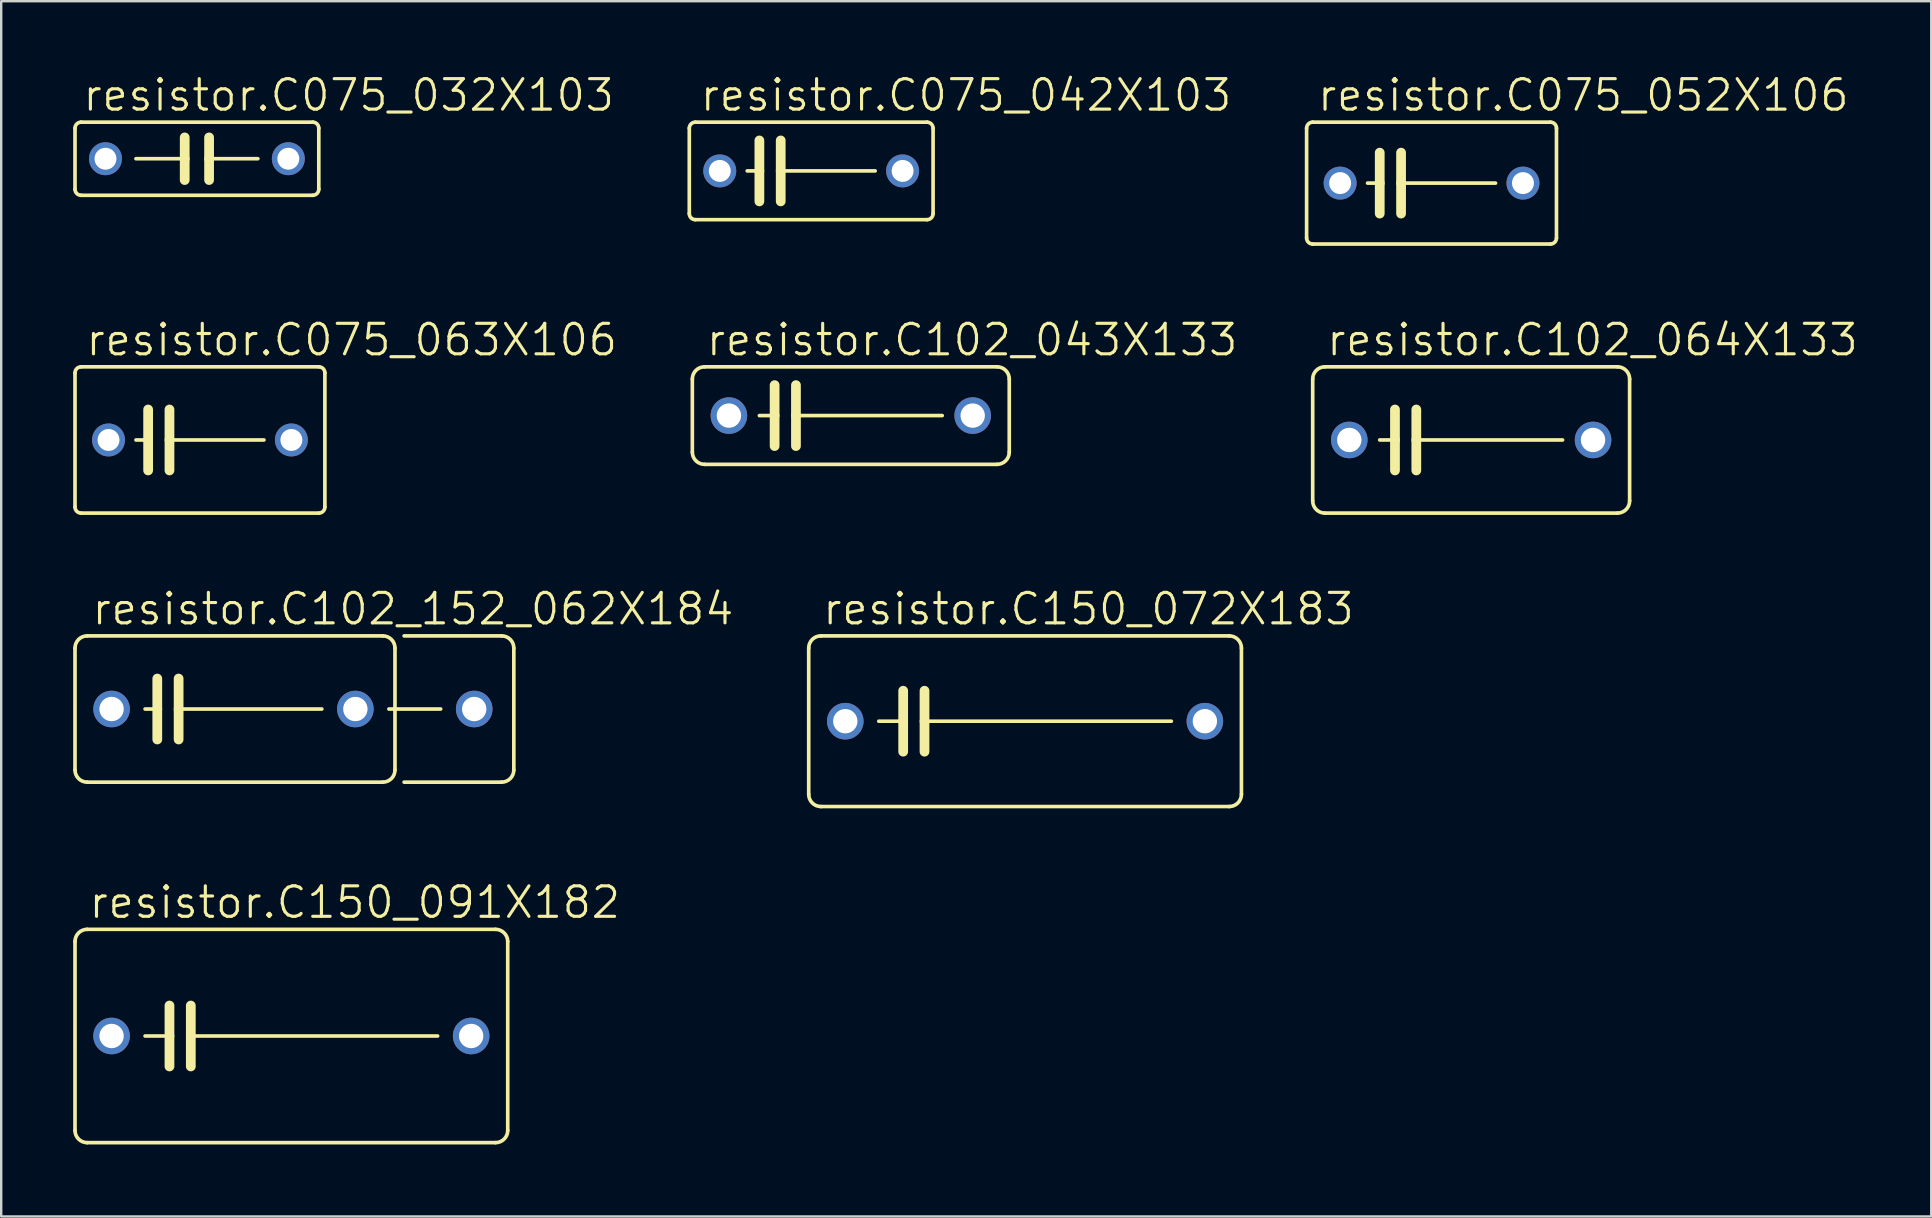
<source format=kicad_pcb>
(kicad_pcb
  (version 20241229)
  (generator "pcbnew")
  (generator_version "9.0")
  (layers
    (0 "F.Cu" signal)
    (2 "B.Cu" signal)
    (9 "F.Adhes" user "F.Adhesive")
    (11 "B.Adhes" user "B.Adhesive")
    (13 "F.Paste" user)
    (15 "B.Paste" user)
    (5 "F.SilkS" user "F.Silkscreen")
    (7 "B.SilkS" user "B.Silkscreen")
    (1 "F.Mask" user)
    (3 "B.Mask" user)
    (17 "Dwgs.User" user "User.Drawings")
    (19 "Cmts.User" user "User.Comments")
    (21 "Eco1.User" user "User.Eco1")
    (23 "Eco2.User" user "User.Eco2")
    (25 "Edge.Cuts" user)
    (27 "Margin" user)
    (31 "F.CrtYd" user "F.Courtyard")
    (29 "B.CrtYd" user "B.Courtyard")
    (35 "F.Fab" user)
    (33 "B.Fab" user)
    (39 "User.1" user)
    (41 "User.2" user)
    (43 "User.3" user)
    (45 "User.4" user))
  (footprint "resistor.C150_072X183"
    (layer "F.Cu")
    (at 39.671 27.007)
    (property "Reference" "resistor.C150_072X183" (at -8.509 -3.937 0) (layer "F.SilkS") (effects (font (size 1.27 1.27) (thickness 0.13)) (justify left bottom)))
    (attr through_hole)
    (fp_line (start -9.017 3.048) (end -9.017 -3.048) (stroke (width 0.152) (type default)) (layer "F.SilkS"))
    (fp_line (start -8.509 -3.556) (end 8.509 -3.556) (stroke (width 0.152) (type default)) (layer "F.SilkS"))
    (fp_line (start -5.08 -1.27) (end -5.08 0) (stroke (width 0.406) (type default)) (layer "F.SilkS"))
    (fp_line (start -5.08 0) (end -6.096 0) (stroke (width 0.152) (type default)) (layer "F.SilkS"))
    (fp_line (start -5.08 0) (end -5.08 1.27) (stroke (width 0.406) (type default)) (layer "F.SilkS"))
    (fp_line (start -4.191 -1.27) (end -4.191 0) (stroke (width 0.406) (type default)) (layer "F.SilkS"))
    (fp_line (start -4.191 0) (end -4.191 1.27) (stroke (width 0.406) (type default)) (layer "F.SilkS"))
    (fp_line (start -4.191 0) (end 6.096 0) (stroke (width 0.152) (type default)) (layer "F.SilkS"))
    (fp_line (start 8.509 3.556) (end -8.509 3.556) (stroke (width 0.152) (type default)) (layer "F.SilkS"))
    (fp_line (start 9.017 -3.048) (end 9.017 3.048) (stroke (width 0.152) (type default)) (layer "F.SilkS"))
    (fp_arc (start -9.017 -3.048) (mid -8.86821 -3.40721) (end -8.509 -3.556) (stroke (width 0.1524) (type default)) (layer "F.SilkS"))
    (fp_arc (start -8.509 3.556) (mid -8.86821 3.40721) (end -9.017 3.048) (stroke (width 0.1524) (type default)) (layer "F.SilkS"))
    (fp_arc (start 8.509 -3.556) (mid 8.86821 -3.40721) (end 9.017 -3.048) (stroke (width 0.1524) (type default)) (layer "F.SilkS"))
    (fp_arc (start 9.017 3.048) (mid 8.86821 3.40721) (end 8.509 3.556) (stroke (width 0.1524) (type default)) (layer "F.SilkS"))
    (pad "1" thru_hole circle (at -7.493 0) (size 1.524 1.524) (drill 1.016) (layers "*.Cu" "*.Mask"))
    (pad "2" thru_hole circle (at 7.493 0) (size 1.524 1.524) (drill 1.016) (layers "*.Cu" "*.Mask")))
  (footprint "resistor.C102_152_062X184"
    (layer "F.Cu")
    (at 6.68 26.499)
    (property "Reference" "resistor.C102_152_062X184" (at -5.969 -3.429 0) (layer "F.SilkS") (effects (font (size 1.27 1.27) (thickness 0.13)) (justify left bottom)))
    (attr through_hole)
    (fp_line (start -6.604 2.54) (end -6.604 -2.54) (stroke (width 0.152) (type default)) (layer "F.SilkS"))
    (fp_line (start -6.096 -3.048) (end 6.223 -3.048) (stroke (width 0.152) (type default)) (layer "F.SilkS"))
    (fp_line (start -3.683 0) (end -3.175 0) (stroke (width 0.152) (type default)) (layer "F.SilkS"))
    (fp_line (start -3.175 -1.27) (end -3.175 0) (stroke (width 0.406) (type default)) (layer "F.SilkS"))
    (fp_line (start -3.175 0) (end -3.175 1.27) (stroke (width 0.406) (type default)) (layer "F.SilkS"))
    (fp_line (start -2.286 -1.27) (end -2.286 0) (stroke (width 0.406) (type default)) (layer "F.SilkS"))
    (fp_line (start -2.286 0) (end -2.286 1.27) (stroke (width 0.406) (type default)) (layer "F.SilkS"))
    (fp_line (start -2.286 0) (end 3.683 0) (stroke (width 0.152) (type default)) (layer "F.SilkS"))
    (fp_line (start 6.223 3.048) (end -6.096 3.048) (stroke (width 0.152) (type default)) (layer "F.SilkS"))
    (fp_line (start 6.477 0) (end 8.636 0) (stroke (width 0.152) (type default)) (layer "F.SilkS"))
    (fp_line (start 6.731 -2.54) (end 6.731 2.54) (stroke (width 0.152) (type default)) (layer "F.SilkS"))
    (fp_line (start 7.112 -3.048) (end 11.176 -3.048) (stroke (width 0.152) (type default)) (layer "F.SilkS"))
    (fp_line (start 11.176 3.048) (end 7.112 3.048) (stroke (width 0.152) (type default)) (layer "F.SilkS"))
    (fp_line (start 11.684 -2.54) (end 11.684 2.54) (stroke (width 0.152) (type default)) (layer "F.SilkS"))
    (fp_arc (start -6.604 -2.54) (mid -6.45521 -2.89921) (end -6.096 -3.048) (stroke (width 0.1524) (type default)) (layer "F.SilkS"))
    (fp_arc (start -6.096 3.048) (mid -6.45521 2.89921) (end -6.604 2.54) (stroke (width 0.1524) (type default)) (layer "F.SilkS"))
    (fp_arc (start 6.223 -3.048) (mid 6.58221 -2.89921) (end 6.731 -2.54) (stroke (width 0.1524) (type default)) (layer "F.SilkS"))
    (fp_arc (start 6.731 2.54) (mid 6.58221 2.89921) (end 6.223 3.048) (stroke (width 0.1524) (type default)) (layer "F.SilkS"))
    (fp_arc (start 11.176 -3.048) (mid 11.53521 -2.89921) (end 11.684 -2.54) (stroke (width 0.1524) (type default)) (layer "F.SilkS"))
    (fp_arc (start 11.684 2.54) (mid 11.53521 2.89921) (end 11.176 3.048) (stroke (width 0.1524) (type default)) (layer "F.SilkS"))
    (pad "1" thru_hole circle (at -5.08 0) (size 1.524 1.524) (drill 1.016) (layers "*.Cu" "*.Mask"))
    (pad "2" thru_hole circle (at 5.08 0) (size 1.524 1.524) (drill 1.016) (layers "*.Cu" "*.Mask"))
    (pad "3" thru_hole circle (at 10.033 0) (size 1.524 1.524) (drill 1.016) (layers "*.Cu" "*.Mask")))
  (footprint "resistor.C102_043X133"
    (layer "F.Cu")
    (at 32.408 14.27)
    (property "Reference" "resistor.C102_043X133" (at -6.096 -2.413 0) (layer "F.SilkS") (effects (font (size 1.27 1.27) (thickness 0.13)) (justify left bottom)))
    (attr through_hole)
    (fp_line (start -6.604 1.524) (end -6.604 -1.524) (stroke (width 0.152) (type default)) (layer "F.SilkS"))
    (fp_line (start -6.096 -2.032) (end 6.096 -2.032) (stroke (width 0.152) (type default)) (layer "F.SilkS"))
    (fp_line (start -3.81 0) (end -3.175 0) (stroke (width 0.152) (type default)) (layer "F.SilkS"))
    (fp_line (start -3.175 -1.27) (end -3.175 0) (stroke (width 0.406) (type default)) (layer "F.SilkS"))
    (fp_line (start -3.175 0) (end -3.175 1.27) (stroke (width 0.406) (type default)) (layer "F.SilkS"))
    (fp_line (start -2.286 -1.27) (end -2.286 0) (stroke (width 0.406) (type default)) (layer "F.SilkS"))
    (fp_line (start -2.286 0) (end -2.286 1.27) (stroke (width 0.406) (type default)) (layer "F.SilkS"))
    (fp_line (start 3.81 0) (end -2.286 0) (stroke (width 0.152) (type default)) (layer "F.SilkS"))
    (fp_line (start 6.096 2.032) (end -6.096 2.032) (stroke (width 0.152) (type default)) (layer "F.SilkS"))
    (fp_line (start 6.604 -1.524) (end 6.604 1.524) (stroke (width 0.152) (type default)) (layer "F.SilkS"))
    (fp_arc (start -6.604 -1.524) (mid -6.45521 -1.88321) (end -6.096 -2.032) (stroke (width 0.1524) (type default)) (layer "F.SilkS"))
    (fp_arc (start -6.096 2.032) (mid -6.45521 1.88321) (end -6.604 1.524) (stroke (width 0.1524) (type default)) (layer "F.SilkS"))
    (fp_arc (start 6.096 -2.032) (mid 6.45521 -1.88321) (end 6.604 -1.524) (stroke (width 0.1524) (type default)) (layer "F.SilkS"))
    (fp_arc (start 6.604 1.524) (mid 6.45521 1.88321) (end 6.096 2.032) (stroke (width 0.1524) (type default)) (layer "F.SilkS"))
    (pad "1" thru_hole circle (at -5.08 0) (size 1.524 1.524) (drill 1.016) (layers "*.Cu" "*.Mask"))
    (pad "2" thru_hole circle (at 5.08 0) (size 1.524 1.524) (drill 1.016) (layers "*.Cu" "*.Mask")))
  (footprint "resistor.C075_052X106"
    (layer "F.Cu")
    (at 56.611 4.581)
    (property "Reference" "resistor.C075_052X106" (at -4.826 -2.921 0) (layer "F.SilkS") (effects (font (size 1.27 1.27) (thickness 0.13)) (justify left bottom)))
    (attr through_hole)
    (fp_line (start -5.207 -2.286) (end -5.207 2.286) (stroke (width 0.152) (type default)) (layer "F.SilkS"))
    (fp_line (start -4.953 2.54) (end 4.953 2.54) (stroke (width 0.152) (type default)) (layer "F.SilkS"))
    (fp_line (start -2.667 0) (end -2.159 0) (stroke (width 0.152) (type default)) (layer "F.SilkS"))
    (fp_line (start -2.159 -1.27) (end -2.159 0) (stroke (width 0.406) (type default)) (layer "F.SilkS"))
    (fp_line (start -2.159 0) (end -2.159 1.27) (stroke (width 0.406) (type default)) (layer "F.SilkS"))
    (fp_line (start -1.27 -1.27) (end -1.27 0) (stroke (width 0.406) (type default)) (layer "F.SilkS"))
    (fp_line (start -1.27 0) (end -1.27 1.27) (stroke (width 0.406) (type default)) (layer "F.SilkS"))
    (fp_line (start -1.27 0) (end 2.667 0) (stroke (width 0.152) (type default)) (layer "F.SilkS"))
    (fp_line (start 4.953 -2.54) (end -4.953 -2.54) (stroke (width 0.152) (type default)) (layer "F.SilkS"))
    (fp_line (start 5.207 2.286) (end 5.207 -2.286) (stroke (width 0.152) (type default)) (layer "F.SilkS"))
    (fp_arc (start -5.207 -2.286) (mid -5.132605 -2.465605) (end -4.953 -2.54) (stroke (width 0.1524) (type default)) (layer "F.SilkS"))
    (fp_arc (start -4.953 2.54) (mid -5.132605 2.465605) (end -5.207 2.286) (stroke (width 0.1524) (type default)) (layer "F.SilkS"))
    (fp_arc (start 4.953 -2.54) (mid 5.132605 -2.465605) (end 5.207 -2.286) (stroke (width 0.1524) (type default)) (layer "F.SilkS"))
    (fp_arc (start 5.207 2.286) (mid 5.132605 2.465605) (end 4.953 2.54) (stroke (width 0.1524) (type default)) (layer "F.SilkS"))
    (pad "1" thru_hole circle (at -3.81 0) (size 1.372 1.372) (drill 0.914) (layers "*.Cu" "*.Mask"))
    (pad "2" thru_hole circle (at 3.81 0) (size 1.372 1.372) (drill 0.914) (layers "*.Cu" "*.Mask")))
  (footprint "resistor.C075_063X106"
    (layer "F.Cu")
    (at 5.283 15.286)
    (property "Reference" "resistor.C075_063X106" (at -4.826 -3.429 0) (layer "F.SilkS") (effects (font (size 1.27 1.27) (thickness 0.13)) (justify left bottom)))
    (attr through_hole)
    (fp_line (start -5.207 -2.794) (end -5.207 2.794) (stroke (width 0.152) (type default)) (layer "F.SilkS"))
    (fp_line (start -4.953 3.048) (end 4.953 3.048) (stroke (width 0.152) (type default)) (layer "F.SilkS"))
    (fp_line (start -2.667 0) (end -2.159 0) (stroke (width 0.152) (type default)) (layer "F.SilkS"))
    (fp_line (start -2.159 -1.27) (end -2.159 0) (stroke (width 0.406) (type default)) (layer "F.SilkS"))
    (fp_line (start -2.159 0) (end -2.159 1.27) (stroke (width 0.406) (type default)) (layer "F.SilkS"))
    (fp_line (start -1.27 -1.27) (end -1.27 0) (stroke (width 0.406) (type default)) (layer "F.SilkS"))
    (fp_line (start -1.27 0) (end -1.27 1.27) (stroke (width 0.406) (type default)) (layer "F.SilkS"))
    (fp_line (start -1.27 0) (end 2.667 0) (stroke (width 0.152) (type default)) (layer "F.SilkS"))
    (fp_line (start 4.953 -3.048) (end -4.953 -3.048) (stroke (width 0.152) (type default)) (layer "F.SilkS"))
    (fp_line (start 5.207 2.794) (end 5.207 -2.794) (stroke (width 0.152) (type default)) (layer "F.SilkS"))
    (fp_arc (start -5.207 -2.794) (mid -5.132605 -2.973605) (end -4.953 -3.048) (stroke (width 0.1524) (type default)) (layer "F.SilkS"))
    (fp_arc (start -4.953 3.048) (mid -5.132605 2.973605) (end -5.207 2.794) (stroke (width 0.1524) (type default)) (layer "F.SilkS"))
    (fp_arc (start 4.953 -3.048) (mid 5.132605 -2.973605) (end 5.207 -2.794) (stroke (width 0.1524) (type default)) (layer "F.SilkS"))
    (fp_arc (start 5.207 2.794) (mid 5.132605 2.973605) (end 4.953 3.048) (stroke (width 0.1524) (type default)) (layer "F.SilkS"))
    (pad "1" thru_hole circle (at -3.81 0) (size 1.372 1.372) (drill 0.914) (layers "*.Cu" "*.Mask"))
    (pad "2" thru_hole circle (at 3.81 0) (size 1.372 1.372) (drill 0.914) (layers "*.Cu" "*.Mask")))
  (footprint "resistor.C075_042X103"
    (layer "F.Cu")
    (at 30.757 4.073)
    (property "Reference" "resistor.C075_042X103" (at -4.699 -2.413 0) (layer "F.SilkS") (effects (font (size 1.27 1.27) (thickness 0.13)) (justify left bottom)))
    (attr through_hole)
    (fp_line (start -5.08 -1.778) (end -5.08 1.778) (stroke (width 0.152) (type default)) (layer "F.SilkS"))
    (fp_line (start -4.826 2.032) (end 4.826 2.032) (stroke (width 0.152) (type default)) (layer "F.SilkS"))
    (fp_line (start -2.667 0) (end -2.159 0) (stroke (width 0.152) (type default)) (layer "F.SilkS"))
    (fp_line (start -2.159 -1.27) (end -2.159 0) (stroke (width 0.406) (type default)) (layer "F.SilkS"))
    (fp_line (start -2.159 0) (end -2.159 1.27) (stroke (width 0.406) (type default)) (layer "F.SilkS"))
    (fp_line (start -1.27 -1.27) (end -1.27 0) (stroke (width 0.406) (type default)) (layer "F.SilkS"))
    (fp_line (start -1.27 0) (end -1.27 1.27) (stroke (width 0.406) (type default)) (layer "F.SilkS"))
    (fp_line (start -1.27 0) (end 2.667 0) (stroke (width 0.152) (type default)) (layer "F.SilkS"))
    (fp_line (start 4.826 -2.032) (end -4.826 -2.032) (stroke (width 0.152) (type default)) (layer "F.SilkS"))
    (fp_line (start 5.08 1.778) (end 5.08 -1.778) (stroke (width 0.152) (type default)) (layer "F.SilkS"))
    (fp_arc (start -5.08 -1.778) (mid -5.005605 -1.957605) (end -4.826 -2.032) (stroke (width 0.1524) (type default)) (layer "F.SilkS"))
    (fp_arc (start -4.826 2.032) (mid -5.005605 1.957605) (end -5.08 1.778) (stroke (width 0.1524) (type default)) (layer "F.SilkS"))
    (fp_arc (start 4.826 -2.032) (mid 5.005605 -1.957605) (end 5.08 -1.778) (stroke (width 0.1524) (type default)) (layer "F.SilkS"))
    (fp_arc (start 5.08 1.778) (mid 5.005605 1.957605) (end 4.826 2.032) (stroke (width 0.1524) (type default)) (layer "F.SilkS"))
    (pad "1" thru_hole circle (at -3.81 0) (size 1.372 1.372) (drill 0.914) (layers "*.Cu" "*.Mask"))
    (pad "2" thru_hole circle (at 3.81 0) (size 1.372 1.372) (drill 0.914) (layers "*.Cu" "*.Mask")))
  (footprint "resistor.C102_064X133"
    (layer "F.Cu")
    (at 58.262 15.286)
    (property "Reference" "resistor.C102_064X133" (at -6.096 -3.429 0) (layer "F.SilkS") (effects (font (size 1.27 1.27) (thickness 0.13)) (justify left bottom)))
    (attr through_hole)
    (fp_line (start -6.604 2.54) (end -6.604 -2.54) (stroke (width 0.152) (type default)) (layer "F.SilkS"))
    (fp_line (start -6.096 -3.048) (end 6.096 -3.048) (stroke (width 0.152) (type default)) (layer "F.SilkS"))
    (fp_line (start -3.81 0) (end -3.175 0) (stroke (width 0.152) (type default)) (layer "F.SilkS"))
    (fp_line (start -3.175 -1.27) (end -3.175 0) (stroke (width 0.406) (type default)) (layer "F.SilkS"))
    (fp_line (start -3.175 0) (end -3.175 1.27) (stroke (width 0.406) (type default)) (layer "F.SilkS"))
    (fp_line (start -2.286 -1.27) (end -2.286 0) (stroke (width 0.406) (type default)) (layer "F.SilkS"))
    (fp_line (start -2.286 0) (end -2.286 1.27) (stroke (width 0.406) (type default)) (layer "F.SilkS"))
    (fp_line (start 3.81 0) (end -2.286 0) (stroke (width 0.152) (type default)) (layer "F.SilkS"))
    (fp_line (start 6.096 3.048) (end -6.096 3.048) (stroke (width 0.152) (type default)) (layer "F.SilkS"))
    (fp_line (start 6.604 -2.54) (end 6.604 2.54) (stroke (width 0.152) (type default)) (layer "F.SilkS"))
    (fp_arc (start -6.604 -2.54) (mid -6.45521 -2.89921) (end -6.096 -3.048) (stroke (width 0.1524) (type default)) (layer "F.SilkS"))
    (fp_arc (start -6.096 3.048) (mid -6.45521 2.89921) (end -6.604 2.54) (stroke (width 0.1524) (type default)) (layer "F.SilkS"))
    (fp_arc (start 6.096 -3.048) (mid 6.45521 -2.89921) (end 6.604 -2.54) (stroke (width 0.1524) (type default)) (layer "F.SilkS"))
    (fp_arc (start 6.604 2.54) (mid 6.45521 2.89921) (end 6.096 3.048) (stroke (width 0.1524) (type default)) (layer "F.SilkS"))
    (pad "1" thru_hole circle (at -5.08 0) (size 1.524 1.524) (drill 1.016) (layers "*.Cu" "*.Mask"))
    (pad "2" thru_hole circle (at 5.08 0) (size 1.524 1.524) (drill 1.016) (layers "*.Cu" "*.Mask")))
  (footprint "resistor.C075_032X103"
    (layer "F.Cu")
    (at 5.156 3.565)
    (property "Reference" "resistor.C075_032X103" (at -4.826 -1.905 0) (layer "F.SilkS") (effects (font (size 1.27 1.27) (thickness 0.13)) (justify left bottom)))
    (attr through_hole)
    (fp_line (start -5.08 -1.27) (end -5.08 1.27) (stroke (width 0.152) (type default)) (layer "F.SilkS"))
    (fp_line (start -4.826 1.524) (end 4.826 1.524) (stroke (width 0.152) (type default)) (layer "F.SilkS"))
    (fp_line (start -2.54 0) (end -0.508 0) (stroke (width 0.152) (type default)) (layer "F.SilkS"))
    (fp_line (start -0.508 -0.889) (end -0.508 0) (stroke (width 0.406) (type default)) (layer "F.SilkS"))
    (fp_line (start -0.508 0) (end -0.508 0.889) (stroke (width 0.406) (type default)) (layer "F.SilkS"))
    (fp_line (start 0.508 -0.889) (end 0.508 0) (stroke (width 0.406) (type default)) (layer "F.SilkS"))
    (fp_line (start 0.508 0) (end 0.508 0.889) (stroke (width 0.406) (type default)) (layer "F.SilkS"))
    (fp_line (start 0.508 0) (end 2.54 0) (stroke (width 0.152) (type default)) (layer "F.SilkS"))
    (fp_line (start 4.826 -1.524) (end -4.826 -1.524) (stroke (width 0.152) (type default)) (layer "F.SilkS"))
    (fp_line (start 5.08 1.27) (end 5.08 -1.27) (stroke (width 0.152) (type default)) (layer "F.SilkS"))
    (fp_arc (start -5.08 -1.27) (mid -5.005605 -1.449605) (end -4.826 -1.524) (stroke (width 0.1524) (type default)) (layer "F.SilkS"))
    (fp_arc (start -4.826 1.524) (mid -5.005605 1.449605) (end -5.08 1.27) (stroke (width 0.1524) (type default)) (layer "F.SilkS"))
    (fp_arc (start 4.826 -1.524) (mid 5.005605 -1.449605) (end 5.08 -1.27) (stroke (width 0.1524) (type default)) (layer "F.SilkS"))
    (fp_arc (start 5.08 1.27) (mid 5.005605 1.449605) (end 4.826 1.524) (stroke (width 0.1524) (type default)) (layer "F.SilkS"))
    (pad "1" thru_hole circle (at -3.81 0) (size 1.372 1.372) (drill 0.914) (layers "*.Cu" "*.Mask"))
    (pad "2" thru_hole circle (at 3.81 0) (size 1.372 1.372) (drill 0.914) (layers "*.Cu" "*.Mask")))
  (footprint "resistor.C150_091X182"
    (layer "F.Cu")
    (at 9.093 40.126)
    (property "Reference" "resistor.C150_091X182" (at -8.509 -4.826 0) (layer "F.SilkS") (effects (font (size 1.27 1.27) (thickness 0.13)) (justify left bottom)))
    (attr through_hole)
    (fp_line (start -9.017 3.937) (end -9.017 -3.937) (stroke (width 0.152) (type default)) (layer "F.SilkS"))
    (fp_line (start -8.509 -4.445) (end 8.509 -4.445) (stroke (width 0.152) (type default)) (layer "F.SilkS"))
    (fp_line (start -5.08 -1.27) (end -5.08 0) (stroke (width 0.406) (type default)) (layer "F.SilkS"))
    (fp_line (start -5.08 0) (end -6.096 0) (stroke (width 0.152) (type default)) (layer "F.SilkS"))
    (fp_line (start -5.08 0) (end -5.08 1.27) (stroke (width 0.406) (type default)) (layer "F.SilkS"))
    (fp_line (start -4.191 -1.27) (end -4.191 0) (stroke (width 0.406) (type default)) (layer "F.SilkS"))
    (fp_line (start -4.191 0) (end -4.191 1.27) (stroke (width 0.406) (type default)) (layer "F.SilkS"))
    (fp_line (start -4.191 0) (end 6.096 0) (stroke (width 0.152) (type default)) (layer "F.SilkS"))
    (fp_line (start 8.509 4.445) (end -8.509 4.445) (stroke (width 0.152) (type default)) (layer "F.SilkS"))
    (fp_line (start 9.017 -3.937) (end 9.017 3.937) (stroke (width 0.152) (type default)) (layer "F.SilkS"))
    (fp_arc (start -9.017 -3.937) (mid -8.86821 -4.29621) (end -8.509 -4.445) (stroke (width 0.1524) (type default)) (layer "F.SilkS"))
    (fp_arc (start -8.509 4.445) (mid -8.86821 4.29621) (end -9.017 3.937) (stroke (width 0.1524) (type default)) (layer "F.SilkS"))
    (fp_arc (start 8.509 -4.445) (mid 8.86821 -4.29621) (end 9.017 -3.937) (stroke (width 0.1524) (type default)) (layer "F.SilkS"))
    (fp_arc (start 9.017 3.937) (mid 8.86821 4.29621) (end 8.509 4.445) (stroke (width 0.1524) (type default)) (layer "F.SilkS"))
    (pad "1" thru_hole circle (at -7.493 0) (size 1.524 1.524) (drill 1.016) (layers "*.Cu" "*.Mask"))
    (pad "2" thru_hole circle (at 7.493 0) (size 1.524 1.524) (drill 1.016) (layers "*.Cu" "*.Mask")))
  (gr_rect
    (start -3 -3)
    (end 77.436 47.647)
    (stroke (width 0.1) (type default))
    (fill no)
    (layer "Edge.Cuts")))
</source>
